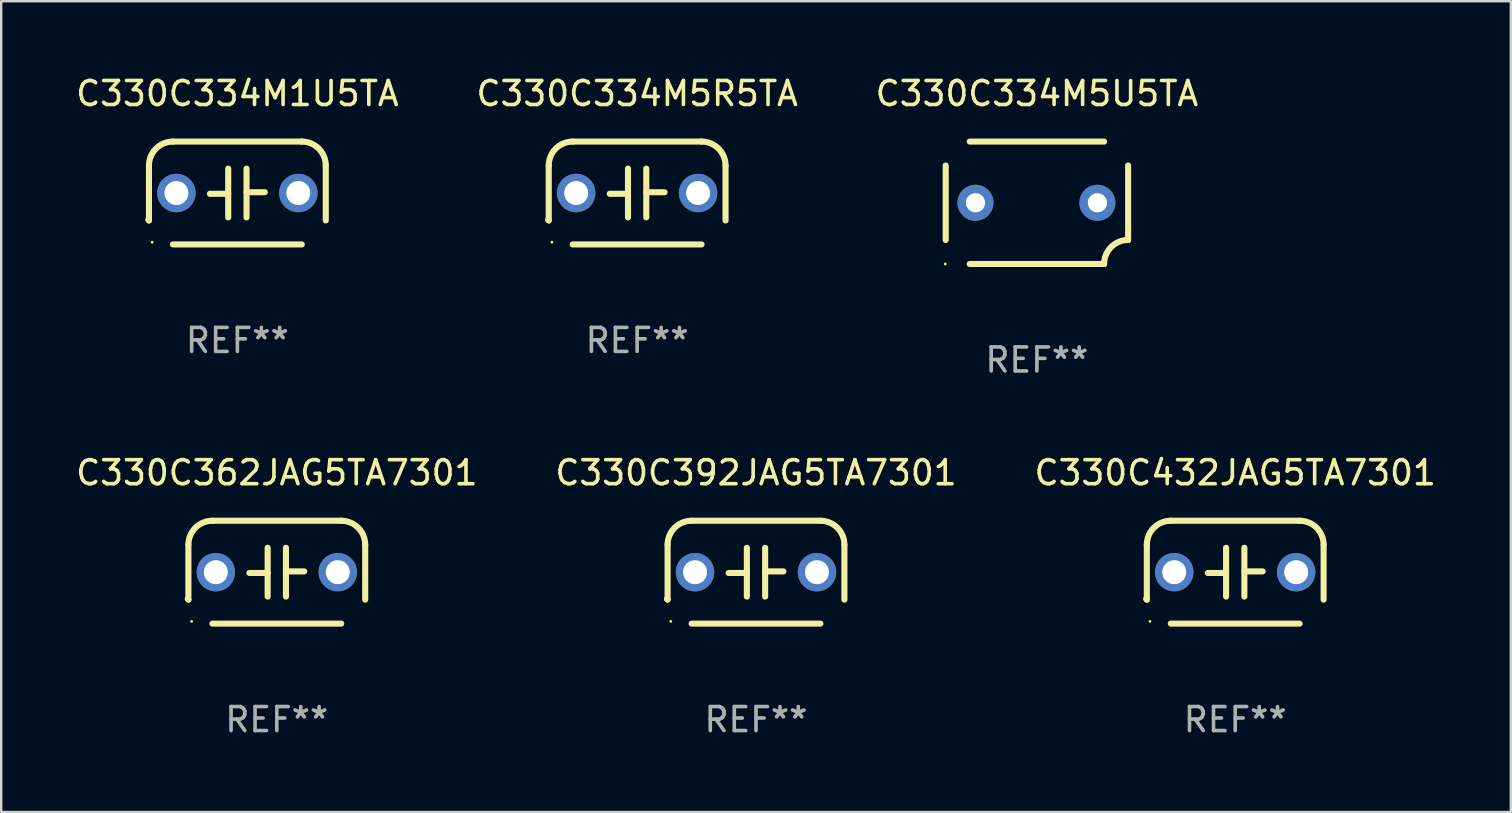
<source format=kicad_pcb>
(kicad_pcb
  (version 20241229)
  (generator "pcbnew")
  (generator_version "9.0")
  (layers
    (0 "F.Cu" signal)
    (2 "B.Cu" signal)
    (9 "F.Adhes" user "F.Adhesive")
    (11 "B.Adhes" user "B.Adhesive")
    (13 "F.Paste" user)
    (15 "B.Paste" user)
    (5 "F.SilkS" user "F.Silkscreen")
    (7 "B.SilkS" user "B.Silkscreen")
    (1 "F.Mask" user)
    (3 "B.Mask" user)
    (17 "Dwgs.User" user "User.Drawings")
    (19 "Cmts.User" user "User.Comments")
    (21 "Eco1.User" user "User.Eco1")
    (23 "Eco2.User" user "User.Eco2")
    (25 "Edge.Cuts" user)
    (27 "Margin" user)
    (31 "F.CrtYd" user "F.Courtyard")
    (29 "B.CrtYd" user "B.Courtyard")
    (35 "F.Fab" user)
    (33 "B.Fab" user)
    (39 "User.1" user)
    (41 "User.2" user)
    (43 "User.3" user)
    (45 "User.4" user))
  (footprint "C330C334M1U5TA"
    (layer "F.Cu")
    (at 6.839 4.991)
    (property "Reference" "C330C334M1U5TA" (at 0 -4.143 0) (layer "F.SilkS") (effects (font (size 1 1) (thickness 0.15))))
    (attr through_hole)
    (fp_line (start -3.683 -1.143) (end -3.683 1.143) (stroke (width 0.254) (type solid)) (layer "F.SilkS"))
    (fp_line (start -2.683 -2.143) (end 2.683 -2.143) (stroke (width 0.254) (type solid)) (layer "F.SilkS"))
    (fp_line (start -0.381 0.033) (end -1.143 0.033) (stroke (width 0.254) (type solid)) (layer "F.SilkS"))
    (fp_line (start -0.381 1.016) (end -0.381 -1.016) (stroke (width 0.254) (type solid)) (layer "F.SilkS"))
    (fp_line (start 0.381 -1.016) (end 0.381 1.016) (stroke (width 0.254) (type solid)) (layer "F.SilkS"))
    (fp_line (start 0.381 -0.033) (end 1.143 -0.033) (stroke (width 0.254) (type solid)) (layer "F.SilkS"))
    (fp_line (start 2.683 2.143) (end -2.683 2.143) (stroke (width 0.254) (type solid)) (layer "F.SilkS"))
    (fp_line (start 3.683 1.143) (end 3.683 -1.143) (stroke (width 0.254) (type solid)) (layer "F.SilkS"))
    (fp_arc (start -3.710292 1.115763) (mid -3.696656 1.129383) (end -3.68302 1.143002) (stroke (width 0.254001) (type solid)) (layer "F.SilkS"))
    (fp_arc (start -3.682994 -1.142977) (mid -3.390088 -1.850114) (end -2.682944 -2.143002) (stroke (width 0.254001) (type solid)) (layer "F.SilkS"))
    (fp_arc (start 2.682994 -2.143028) (mid 3.390106 -1.850122) (end 3.682995 -1.143002) (stroke (width 0.254001) (type solid)) (layer "F.SilkS"))
    (fp_circle (center -3.55 2.05) (end -3.52 2.05) (stroke (width 0.06) (type solid)) (fill no) (layer "F.SilkS"))
    (fp_text user "REF**" (at 0 6.143 0) (layer "F.Fab") (effects (font (size 1 1) (thickness 0.15))))
    (pad "1" thru_hole circle (at -2.54 0) (size 1.6 1.6) (drill 1) (layers "*.Cu" "*.Mask"))
    (pad "2" thru_hole circle (at 2.54 0) (size 1.6 1.6) (drill 1) (layers "*.Cu" "*.Mask")))
  (footprint "C330C392JAG5TA7301"
    (layer "F.Cu")
    (at 28.446 20.788)
    (property "Reference" "C330C392JAG5TA7301" (at 0 -4.143 0) (layer "F.SilkS") (effects (font (size 1 1) (thickness 0.15))))
    (attr through_hole)
    (fp_line (start -3.683 -1.143) (end -3.683 1.143) (stroke (width 0.254) (type solid)) (layer "F.SilkS"))
    (fp_line (start -2.683 -2.143) (end 2.683 -2.143) (stroke (width 0.254) (type solid)) (layer "F.SilkS"))
    (fp_line (start -0.381 0.033) (end -1.143 0.033) (stroke (width 0.254) (type solid)) (layer "F.SilkS"))
    (fp_line (start -0.381 1.016) (end -0.381 -1.016) (stroke (width 0.254) (type solid)) (layer "F.SilkS"))
    (fp_line (start 0.381 -1.016) (end 0.381 1.016) (stroke (width 0.254) (type solid)) (layer "F.SilkS"))
    (fp_line (start 0.381 -0.033) (end 1.143 -0.033) (stroke (width 0.254) (type solid)) (layer "F.SilkS"))
    (fp_line (start 2.683 2.143) (end -2.683 2.143) (stroke (width 0.254) (type solid)) (layer "F.SilkS"))
    (fp_line (start 3.683 1.143) (end 3.683 -1.143) (stroke (width 0.254) (type solid)) (layer "F.SilkS"))
    (fp_arc (start -3.710292 1.115763) (mid -3.696656 1.129383) (end -3.68302 1.143002) (stroke (width 0.254001) (type solid)) (layer "F.SilkS"))
    (fp_arc (start -3.682994 -1.142977) (mid -3.390088 -1.850114) (end -2.682944 -2.143002) (stroke (width 0.254001) (type solid)) (layer "F.SilkS"))
    (fp_arc (start 2.682994 -2.143028) (mid 3.390106 -1.850122) (end 3.682995 -1.143002) (stroke (width 0.254001) (type solid)) (layer "F.SilkS"))
    (fp_circle (center -3.55 2.05) (end -3.52 2.05) (stroke (width 0.06) (type solid)) (fill no) (layer "F.SilkS"))
    (fp_text user "REF**" (at 0 6.143 0) (layer "F.Fab") (effects (font (size 1 1) (thickness 0.15))))
    (pad "1" thru_hole circle (at -2.54 0) (size 1.6 1.6) (drill 1) (layers "*.Cu" "*.Mask"))
    (pad "2" thru_hole circle (at 2.54 0) (size 1.6 1.6) (drill 1) (layers "*.Cu" "*.Mask")))
  (footprint "C330C334M5R5TA"
    (layer "F.Cu")
    (at 23.494 4.991)
    (property "Reference" "C330C334M5R5TA" (at 0 -4.143 0) (layer "F.SilkS") (effects (font (size 1 1) (thickness 0.15))))
    (attr through_hole)
    (fp_line (start -3.683 -1.143) (end -3.683 1.143) (stroke (width 0.254) (type solid)) (layer "F.SilkS"))
    (fp_line (start -2.683 -2.143) (end 2.683 -2.143) (stroke (width 0.254) (type solid)) (layer "F.SilkS"))
    (fp_line (start -0.381 0.033) (end -1.143 0.033) (stroke (width 0.254) (type solid)) (layer "F.SilkS"))
    (fp_line (start -0.381 1.016) (end -0.381 -1.016) (stroke (width 0.254) (type solid)) (layer "F.SilkS"))
    (fp_line (start 0.381 -1.016) (end 0.381 1.016) (stroke (width 0.254) (type solid)) (layer "F.SilkS"))
    (fp_line (start 0.381 -0.033) (end 1.143 -0.033) (stroke (width 0.254) (type solid)) (layer "F.SilkS"))
    (fp_line (start 2.683 2.143) (end -2.683 2.143) (stroke (width 0.254) (type solid)) (layer "F.SilkS"))
    (fp_line (start 3.683 1.143) (end 3.683 -1.143) (stroke (width 0.254) (type solid)) (layer "F.SilkS"))
    (fp_arc (start -3.710292 1.115763) (mid -3.696656 1.129383) (end -3.68302 1.143002) (stroke (width 0.254001) (type solid)) (layer "F.SilkS"))
    (fp_arc (start -3.682994 -1.142977) (mid -3.390088 -1.850114) (end -2.682944 -2.143002) (stroke (width 0.254001) (type solid)) (layer "F.SilkS"))
    (fp_arc (start 2.682994 -2.143028) (mid 3.390106 -1.850122) (end 3.682995 -1.143002) (stroke (width 0.254001) (type solid)) (layer "F.SilkS"))
    (fp_circle (center -3.55 2.05) (end -3.52 2.05) (stroke (width 0.06) (type solid)) (fill no) (layer "F.SilkS"))
    (fp_text user "REF**" (at 0 6.143 0) (layer "F.Fab") (effects (font (size 1 1) (thickness 0.15))))
    (pad "1" thru_hole circle (at -2.54 0) (size 1.6 1.6) (drill 1) (layers "*.Cu" "*.Mask"))
    (pad "2" thru_hole circle (at 2.54 0) (size 1.6 1.6) (drill 1) (layers "*.Cu" "*.Mask")))
  (footprint "C330C362JAG5TA7301"
    (layer "F.Cu")
    (at 8.482 20.788)
    (property "Reference" "C330C362JAG5TA7301" (at 0 -4.143 0) (layer "F.SilkS") (effects (font (size 1 1) (thickness 0.15))))
    (attr through_hole)
    (fp_line (start -3.683 -1.143) (end -3.683 1.143) (stroke (width 0.254) (type solid)) (layer "F.SilkS"))
    (fp_line (start -2.683 -2.143) (end 2.683 -2.143) (stroke (width 0.254) (type solid)) (layer "F.SilkS"))
    (fp_line (start -0.381 0.033) (end -1.143 0.033) (stroke (width 0.254) (type solid)) (layer "F.SilkS"))
    (fp_line (start -0.381 1.016) (end -0.381 -1.016) (stroke (width 0.254) (type solid)) (layer "F.SilkS"))
    (fp_line (start 0.381 -1.016) (end 0.381 1.016) (stroke (width 0.254) (type solid)) (layer "F.SilkS"))
    (fp_line (start 0.381 -0.033) (end 1.143 -0.033) (stroke (width 0.254) (type solid)) (layer "F.SilkS"))
    (fp_line (start 2.683 2.143) (end -2.683 2.143) (stroke (width 0.254) (type solid)) (layer "F.SilkS"))
    (fp_line (start 3.683 1.143) (end 3.683 -1.143) (stroke (width 0.254) (type solid)) (layer "F.SilkS"))
    (fp_arc (start -3.710292 1.115763) (mid -3.696656 1.129383) (end -3.68302 1.143002) (stroke (width 0.254001) (type solid)) (layer "F.SilkS"))
    (fp_arc (start -3.682994 -1.142977) (mid -3.390088 -1.850114) (end -2.682944 -2.143002) (stroke (width 0.254001) (type solid)) (layer "F.SilkS"))
    (fp_arc (start 2.682994 -2.143028) (mid 3.390106 -1.850122) (end 3.682995 -1.143002) (stroke (width 0.254001) (type solid)) (layer "F.SilkS"))
    (fp_circle (center -3.55 2.05) (end -3.52 2.05) (stroke (width 0.06) (type solid)) (fill no) (layer "F.SilkS"))
    (fp_text user "REF**" (at 0 6.143 0) (layer "F.Fab") (effects (font (size 1 1) (thickness 0.15))))
    (pad "1" thru_hole circle (at -2.54 0) (size 1.6 1.6) (drill 1) (layers "*.Cu" "*.Mask"))
    (pad "2" thru_hole circle (at 2.54 0) (size 1.6 1.6) (drill 1) (layers "*.Cu" "*.Mask")))
  (footprint "C330C432JAG5TA7301"
    (layer "F.Cu")
    (at 48.411 20.788)
    (property "Reference" "C330C432JAG5TA7301" (at 0 -4.143 0) (layer "F.SilkS") (effects (font (size 1 1) (thickness 0.15))))
    (attr through_hole)
    (fp_line (start -3.683 -1.143) (end -3.683 1.143) (stroke (width 0.254) (type solid)) (layer "F.SilkS"))
    (fp_line (start -2.683 -2.143) (end 2.683 -2.143) (stroke (width 0.254) (type solid)) (layer "F.SilkS"))
    (fp_line (start -0.381 0.033) (end -1.143 0.033) (stroke (width 0.254) (type solid)) (layer "F.SilkS"))
    (fp_line (start -0.381 1.016) (end -0.381 -1.016) (stroke (width 0.254) (type solid)) (layer "F.SilkS"))
    (fp_line (start 0.381 -1.016) (end 0.381 1.016) (stroke (width 0.254) (type solid)) (layer "F.SilkS"))
    (fp_line (start 0.381 -0.033) (end 1.143 -0.033) (stroke (width 0.254) (type solid)) (layer "F.SilkS"))
    (fp_line (start 2.683 2.143) (end -2.683 2.143) (stroke (width 0.254) (type solid)) (layer "F.SilkS"))
    (fp_line (start 3.683 1.143) (end 3.683 -1.143) (stroke (width 0.254) (type solid)) (layer "F.SilkS"))
    (fp_arc (start -3.710292 1.115763) (mid -3.696656 1.129383) (end -3.68302 1.143002) (stroke (width 0.254001) (type solid)) (layer "F.SilkS"))
    (fp_arc (start -3.682994 -1.142977) (mid -3.390088 -1.850114) (end -2.682944 -2.143002) (stroke (width 0.254001) (type solid)) (layer "F.SilkS"))
    (fp_arc (start 2.682994 -2.143028) (mid 3.390106 -1.850122) (end 3.682995 -1.143002) (stroke (width 0.254001) (type solid)) (layer "F.SilkS"))
    (fp_circle (center -3.55 2.05) (end -3.52 2.05) (stroke (width 0.06) (type solid)) (fill no) (layer "F.SilkS"))
    (fp_text user "REF**" (at 0 6.143 0) (layer "F.Fab") (effects (font (size 1 1) (thickness 0.15))))
    (pad "1" thru_hole circle (at -2.54 0) (size 1.6 1.6) (drill 1) (layers "*.Cu" "*.Mask"))
    (pad "2" thru_hole circle (at 2.54 0) (size 1.6 1.6) (drill 1) (layers "*.Cu" "*.Mask")))
  (footprint "C330C334M5U5TA"
    (layer "F.Cu")
    (at 40.149 5.398)
    (property "Reference" "C330C334M5U5TA" (at 0 -4.55 0) (layer "F.SilkS") (effects (font (size 1 1) (thickness 0.15))))
    (attr through_hole)
    (fp_line (start -3.8 1.55) (end -3.8 -1.55) (stroke (width 0.254) (type solid)) (layer "F.SilkS"))
    (fp_line (start -2.8 -2.55) (end 2.8 -2.55) (stroke (width 0.254) (type solid)) (layer "F.SilkS"))
    (fp_line (start 2.8 2.55) (end -2.8 2.55) (stroke (width 0.254) (type solid)) (layer "F.SilkS"))
    (fp_line (start 3.8 -1.55) (end 3.8 1.55) (stroke (width 0.254) (type solid)) (layer "F.SilkS"))
    (fp_arc (start 2.800038 2.549975) (mid 3.092931 1.842868) (end 3.800038 1.549975) (stroke (width 0.254001) (type solid)) (layer "F.SilkS"))
    (fp_circle (center -3.819 2.55) (end -3.789 2.55) (stroke (width 0.06) (type solid)) (fill no) (layer "F.SilkS"))
    (fp_text user "REF**" (at 0 6.55 0) (layer "F.Fab") (effects (font (size 1 1) (thickness 0.15))))
    (pad "1" thru_hole circle (at -2.559 -0.000013) (size 1.5 1.5) (drill 0.8) (layers "*.Cu" "*.Mask"))
    (pad "2" thru_hole circle (at 2.521 -0.000013) (size 1.5 1.5) (drill 0.8) (layers "*.Cu" "*.Mask")))
  (gr_rect
    (start -3 -3)
    (end 59.893 30.779)
    (stroke (width 0.1) (type default))
    (fill no)
    (layer "Edge.Cuts")))
</source>
